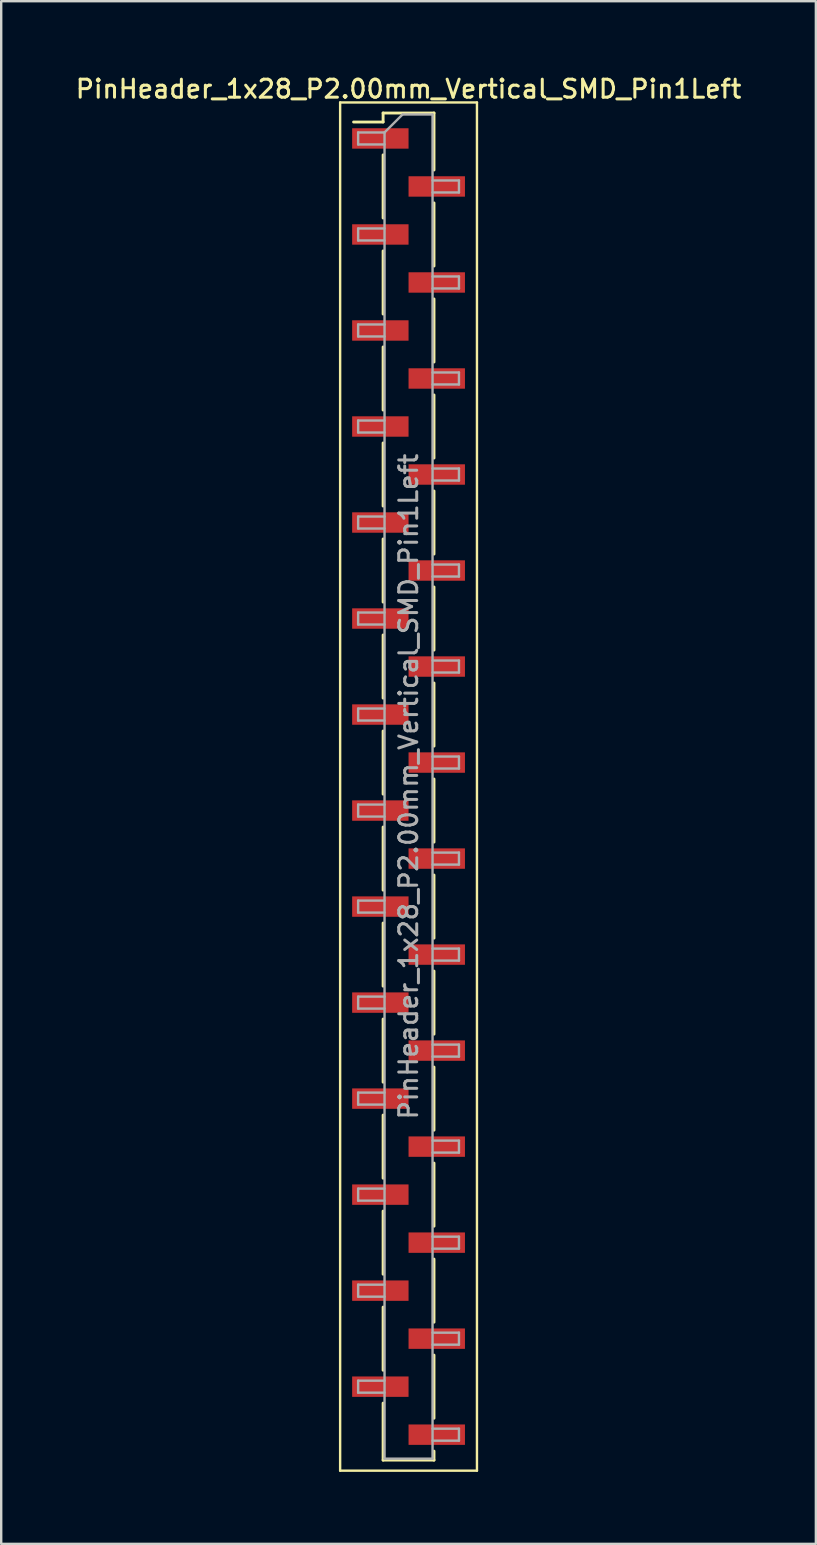
<source format=kicad_pcb>
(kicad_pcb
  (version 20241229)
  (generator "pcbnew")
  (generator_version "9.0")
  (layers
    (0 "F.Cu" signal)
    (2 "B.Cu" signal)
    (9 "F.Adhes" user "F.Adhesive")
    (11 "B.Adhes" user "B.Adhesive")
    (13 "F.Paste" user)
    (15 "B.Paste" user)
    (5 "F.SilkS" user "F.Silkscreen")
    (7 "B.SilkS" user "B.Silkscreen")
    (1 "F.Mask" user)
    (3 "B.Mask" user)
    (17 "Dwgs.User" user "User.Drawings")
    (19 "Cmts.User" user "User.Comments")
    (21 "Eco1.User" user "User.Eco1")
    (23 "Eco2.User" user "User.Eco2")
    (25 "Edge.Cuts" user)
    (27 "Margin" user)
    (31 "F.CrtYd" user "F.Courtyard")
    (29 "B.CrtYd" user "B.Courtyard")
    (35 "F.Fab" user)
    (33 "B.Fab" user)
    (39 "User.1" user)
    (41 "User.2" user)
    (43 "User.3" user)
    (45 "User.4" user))
  (footprint "PinHeader_1x28_P2.00mm_Vertical_SMD_Pin1Left"
    (layer "F.Cu")
    (at 13.97 29.718)
    (property "Reference" "PinHeader_1x28_P2.00mm_Vertical_SMD_Pin1Left" (at 0 -29.06 0) (layer "F.SilkS") (effects (font (size 0.75 0.75) (thickness 0.125))))
    (attr smd)
    (fp_line (start -2.85 -28.5) (end -2.85 28.5) (stroke (width 0.1) (type solid)) (layer "F.SilkS"))
    (fp_line (start -2.85 28.5) (end 2.85 28.5) (stroke (width 0.1) (type solid)) (layer "F.SilkS"))
    (fp_line (start -1.06 -28.06) (end -1.06 -27.685) (stroke (width 0.12) (type solid)) (layer "F.SilkS"))
    (fp_line (start -1.06 -28.06) (end 1.06 -28.06) (stroke (width 0.12) (type solid)) (layer "F.SilkS"))
    (fp_line (start -1.06 -27.685) (end -2.29 -27.685) (stroke (width 0.12) (type solid)) (layer "F.SilkS"))
    (fp_line (start -1.06 -26.315) (end -1.06 -23.685) (stroke (width 0.12) (type solid)) (layer "F.SilkS"))
    (fp_line (start -1.06 -22.315) (end -1.06 -19.685) (stroke (width 0.12) (type solid)) (layer "F.SilkS"))
    (fp_line (start -1.06 -18.315) (end -1.06 -15.685) (stroke (width 0.12) (type solid)) (layer "F.SilkS"))
    (fp_line (start -1.06 -14.315) (end -1.06 -11.685) (stroke (width 0.12) (type solid)) (layer "F.SilkS"))
    (fp_line (start -1.06 -10.315) (end -1.06 -7.685) (stroke (width 0.12) (type solid)) (layer "F.SilkS"))
    (fp_line (start -1.06 -6.315) (end -1.06 -3.685) (stroke (width 0.12) (type solid)) (layer "F.SilkS"))
    (fp_line (start -1.06 -2.315) (end -1.06 0.315) (stroke (width 0.12) (type solid)) (layer "F.SilkS"))
    (fp_line (start -1.06 1.685) (end -1.06 4.315) (stroke (width 0.12) (type solid)) (layer "F.SilkS"))
    (fp_line (start -1.06 5.685) (end -1.06 8.315) (stroke (width 0.12) (type solid)) (layer "F.SilkS"))
    (fp_line (start -1.06 9.685) (end -1.06 12.315) (stroke (width 0.12) (type solid)) (layer "F.SilkS"))
    (fp_line (start -1.06 13.685) (end -1.06 16.315) (stroke (width 0.12) (type solid)) (layer "F.SilkS"))
    (fp_line (start -1.06 17.685) (end -1.06 20.315) (stroke (width 0.12) (type solid)) (layer "F.SilkS"))
    (fp_line (start -1.06 21.685) (end -1.06 24.315) (stroke (width 0.12) (type solid)) (layer "F.SilkS"))
    (fp_line (start -1.06 25.685) (end -1.06 28.06) (stroke (width 0.12) (type solid)) (layer "F.SilkS"))
    (fp_line (start -1.06 28.06) (end 1.06 28.06) (stroke (width 0.12) (type solid)) (layer "F.SilkS"))
    (fp_line (start 1.06 -28.06) (end 1.06 -25.685) (stroke (width 0.12) (type solid)) (layer "F.SilkS"))
    (fp_line (start 1.06 -24.315) (end 1.06 -21.685) (stroke (width 0.12) (type solid)) (layer "F.SilkS"))
    (fp_line (start 1.06 -20.315) (end 1.06 -17.685) (stroke (width 0.12) (type solid)) (layer "F.SilkS"))
    (fp_line (start 1.06 -16.315) (end 1.06 -13.685) (stroke (width 0.12) (type solid)) (layer "F.SilkS"))
    (fp_line (start 1.06 -12.315) (end 1.06 -9.685) (stroke (width 0.12) (type solid)) (layer "F.SilkS"))
    (fp_line (start 1.06 -8.315) (end 1.06 -5.685) (stroke (width 0.12) (type solid)) (layer "F.SilkS"))
    (fp_line (start 1.06 -4.315) (end 1.06 -1.685) (stroke (width 0.12) (type solid)) (layer "F.SilkS"))
    (fp_line (start 1.06 -0.315) (end 1.06 2.315) (stroke (width 0.12) (type solid)) (layer "F.SilkS"))
    (fp_line (start 1.06 3.685) (end 1.06 6.315) (stroke (width 0.12) (type solid)) (layer "F.SilkS"))
    (fp_line (start 1.06 7.685) (end 1.06 10.315) (stroke (width 0.12) (type solid)) (layer "F.SilkS"))
    (fp_line (start 1.06 11.685) (end 1.06 14.315) (stroke (width 0.12) (type solid)) (layer "F.SilkS"))
    (fp_line (start 1.06 15.685) (end 1.06 18.315) (stroke (width 0.12) (type solid)) (layer "F.SilkS"))
    (fp_line (start 1.06 19.685) (end 1.06 22.315) (stroke (width 0.12) (type solid)) (layer "F.SilkS"))
    (fp_line (start 1.06 23.685) (end 1.06 26.315) (stroke (width 0.12) (type solid)) (layer "F.SilkS"))
    (fp_line (start 1.06 27.685) (end 1.06 28.06) (stroke (width 0.12) (type solid)) (layer "F.SilkS"))
    (fp_line (start 2.85 -28.5) (end -2.85 -28.5) (stroke (width 0.1) (type solid)) (layer "F.SilkS"))
    (fp_line (start 2.85 28.5) (end 2.85 -28.5) (stroke (width 0.1) (type solid)) (layer "F.SilkS"))
    (fp_line (start -2.1 -27.25) (end -2.1 -26.75) (stroke (width 0.1) (type solid)) (layer "F.Fab"))
    (fp_line (start -2.1 -26.75) (end -1 -26.75) (stroke (width 0.1) (type solid)) (layer "F.Fab"))
    (fp_line (start -2.1 -23.25) (end -2.1 -22.75) (stroke (width 0.1) (type solid)) (layer "F.Fab"))
    (fp_line (start -2.1 -22.75) (end -1 -22.75) (stroke (width 0.1) (type solid)) (layer "F.Fab"))
    (fp_line (start -2.1 -19.25) (end -2.1 -18.75) (stroke (width 0.1) (type solid)) (layer "F.Fab"))
    (fp_line (start -2.1 -18.75) (end -1 -18.75) (stroke (width 0.1) (type solid)) (layer "F.Fab"))
    (fp_line (start -2.1 -15.25) (end -2.1 -14.75) (stroke (width 0.1) (type solid)) (layer "F.Fab"))
    (fp_line (start -2.1 -14.75) (end -1 -14.75) (stroke (width 0.1) (type solid)) (layer "F.Fab"))
    (fp_line (start -2.1 -11.25) (end -2.1 -10.75) (stroke (width 0.1) (type solid)) (layer "F.Fab"))
    (fp_line (start -2.1 -10.75) (end -1 -10.75) (stroke (width 0.1) (type solid)) (layer "F.Fab"))
    (fp_line (start -2.1 -7.25) (end -2.1 -6.75) (stroke (width 0.1) (type solid)) (layer "F.Fab"))
    (fp_line (start -2.1 -6.75) (end -1 -6.75) (stroke (width 0.1) (type solid)) (layer "F.Fab"))
    (fp_line (start -2.1 -3.25) (end -2.1 -2.75) (stroke (width 0.1) (type solid)) (layer "F.Fab"))
    (fp_line (start -2.1 -2.75) (end -1 -2.75) (stroke (width 0.1) (type solid)) (layer "F.Fab"))
    (fp_line (start -2.1 0.75) (end -2.1 1.25) (stroke (width 0.1) (type solid)) (layer "F.Fab"))
    (fp_line (start -2.1 1.25) (end -1 1.25) (stroke (width 0.1) (type solid)) (layer "F.Fab"))
    (fp_line (start -2.1 4.75) (end -2.1 5.25) (stroke (width 0.1) (type solid)) (layer "F.Fab"))
    (fp_line (start -2.1 5.25) (end -1 5.25) (stroke (width 0.1) (type solid)) (layer "F.Fab"))
    (fp_line (start -2.1 8.75) (end -2.1 9.25) (stroke (width 0.1) (type solid)) (layer "F.Fab"))
    (fp_line (start -2.1 9.25) (end -1 9.25) (stroke (width 0.1) (type solid)) (layer "F.Fab"))
    (fp_line (start -2.1 12.75) (end -2.1 13.25) (stroke (width 0.1) (type solid)) (layer "F.Fab"))
    (fp_line (start -2.1 13.25) (end -1 13.25) (stroke (width 0.1) (type solid)) (layer "F.Fab"))
    (fp_line (start -2.1 16.75) (end -2.1 17.25) (stroke (width 0.1) (type solid)) (layer "F.Fab"))
    (fp_line (start -2.1 17.25) (end -1 17.25) (stroke (width 0.1) (type solid)) (layer "F.Fab"))
    (fp_line (start -2.1 20.75) (end -2.1 21.25) (stroke (width 0.1) (type solid)) (layer "F.Fab"))
    (fp_line (start -2.1 21.25) (end -1 21.25) (stroke (width 0.1) (type solid)) (layer "F.Fab"))
    (fp_line (start -2.1 24.75) (end -2.1 25.25) (stroke (width 0.1) (type solid)) (layer "F.Fab"))
    (fp_line (start -2.1 25.25) (end -1 25.25) (stroke (width 0.1) (type solid)) (layer "F.Fab"))
    (fp_line (start -1 -27.25) (end -2.1 -27.25) (stroke (width 0.1) (type solid)) (layer "F.Fab"))
    (fp_line (start -1 -27.25) (end -0.25 -28) (stroke (width 0.1) (type solid)) (layer "F.Fab"))
    (fp_line (start -1 -23.25) (end -2.1 -23.25) (stroke (width 0.1) (type solid)) (layer "F.Fab"))
    (fp_line (start -1 -19.25) (end -2.1 -19.25) (stroke (width 0.1) (type solid)) (layer "F.Fab"))
    (fp_line (start -1 -15.25) (end -2.1 -15.25) (stroke (width 0.1) (type solid)) (layer "F.Fab"))
    (fp_line (start -1 -11.25) (end -2.1 -11.25) (stroke (width 0.1) (type solid)) (layer "F.Fab"))
    (fp_line (start -1 -7.25) (end -2.1 -7.25) (stroke (width 0.1) (type solid)) (layer "F.Fab"))
    (fp_line (start -1 -3.25) (end -2.1 -3.25) (stroke (width 0.1) (type solid)) (layer "F.Fab"))
    (fp_line (start -1 0.75) (end -2.1 0.75) (stroke (width 0.1) (type solid)) (layer "F.Fab"))
    (fp_line (start -1 4.75) (end -2.1 4.75) (stroke (width 0.1) (type solid)) (layer "F.Fab"))
    (fp_line (start -1 8.75) (end -2.1 8.75) (stroke (width 0.1) (type solid)) (layer "F.Fab"))
    (fp_line (start -1 12.75) (end -2.1 12.75) (stroke (width 0.1) (type solid)) (layer "F.Fab"))
    (fp_line (start -1 16.75) (end -2.1 16.75) (stroke (width 0.1) (type solid)) (layer "F.Fab"))
    (fp_line (start -1 20.75) (end -2.1 20.75) (stroke (width 0.1) (type solid)) (layer "F.Fab"))
    (fp_line (start -1 24.75) (end -2.1 24.75) (stroke (width 0.1) (type solid)) (layer "F.Fab"))
    (fp_line (start -1 28) (end -1 -27.25) (stroke (width 0.1) (type solid)) (layer "F.Fab"))
    (fp_line (start -0.25 -28) (end 1 -28) (stroke (width 0.1) (type solid)) (layer "F.Fab"))
    (fp_line (start 1 -28) (end 1 28) (stroke (width 0.1) (type solid)) (layer "F.Fab"))
    (fp_line (start 1 -25.25) (end 2.1 -25.25) (stroke (width 0.1) (type solid)) (layer "F.Fab"))
    (fp_line (start 1 -21.25) (end 2.1 -21.25) (stroke (width 0.1) (type solid)) (layer "F.Fab"))
    (fp_line (start 1 -17.25) (end 2.1 -17.25) (stroke (width 0.1) (type solid)) (layer "F.Fab"))
    (fp_line (start 1 -13.25) (end 2.1 -13.25) (stroke (width 0.1) (type solid)) (layer "F.Fab"))
    (fp_line (start 1 -9.25) (end 2.1 -9.25) (stroke (width 0.1) (type solid)) (layer "F.Fab"))
    (fp_line (start 1 -5.25) (end 2.1 -5.25) (stroke (width 0.1) (type solid)) (layer "F.Fab"))
    (fp_line (start 1 -1.25) (end 2.1 -1.25) (stroke (width 0.1) (type solid)) (layer "F.Fab"))
    (fp_line (start 1 2.75) (end 2.1 2.75) (stroke (width 0.1) (type solid)) (layer "F.Fab"))
    (fp_line (start 1 6.75) (end 2.1 6.75) (stroke (width 0.1) (type solid)) (layer "F.Fab"))
    (fp_line (start 1 10.75) (end 2.1 10.75) (stroke (width 0.1) (type solid)) (layer "F.Fab"))
    (fp_line (start 1 14.75) (end 2.1 14.75) (stroke (width 0.1) (type solid)) (layer "F.Fab"))
    (fp_line (start 1 18.75) (end 2.1 18.75) (stroke (width 0.1) (type solid)) (layer "F.Fab"))
    (fp_line (start 1 22.75) (end 2.1 22.75) (stroke (width 0.1) (type solid)) (layer "F.Fab"))
    (fp_line (start 1 26.75) (end 2.1 26.75) (stroke (width 0.1) (type solid)) (layer "F.Fab"))
    (fp_line (start 1 28) (end -1 28) (stroke (width 0.1) (type solid)) (layer "F.Fab"))
    (fp_line (start 2.1 -25.25) (end 2.1 -24.75) (stroke (width 0.1) (type solid)) (layer "F.Fab"))
    (fp_line (start 2.1 -24.75) (end 1 -24.75) (stroke (width 0.1) (type solid)) (layer "F.Fab"))
    (fp_line (start 2.1 -21.25) (end 2.1 -20.75) (stroke (width 0.1) (type solid)) (layer "F.Fab"))
    (fp_line (start 2.1 -20.75) (end 1 -20.75) (stroke (width 0.1) (type solid)) (layer "F.Fab"))
    (fp_line (start 2.1 -17.25) (end 2.1 -16.75) (stroke (width 0.1) (type solid)) (layer "F.Fab"))
    (fp_line (start 2.1 -16.75) (end 1 -16.75) (stroke (width 0.1) (type solid)) (layer "F.Fab"))
    (fp_line (start 2.1 -13.25) (end 2.1 -12.75) (stroke (width 0.1) (type solid)) (layer "F.Fab"))
    (fp_line (start 2.1 -12.75) (end 1 -12.75) (stroke (width 0.1) (type solid)) (layer "F.Fab"))
    (fp_line (start 2.1 -9.25) (end 2.1 -8.75) (stroke (width 0.1) (type solid)) (layer "F.Fab"))
    (fp_line (start 2.1 -8.75) (end 1 -8.75) (stroke (width 0.1) (type solid)) (layer "F.Fab"))
    (fp_line (start 2.1 -5.25) (end 2.1 -4.75) (stroke (width 0.1) (type solid)) (layer "F.Fab"))
    (fp_line (start 2.1 -4.75) (end 1 -4.75) (stroke (width 0.1) (type solid)) (layer "F.Fab"))
    (fp_line (start 2.1 -1.25) (end 2.1 -0.75) (stroke (width 0.1) (type solid)) (layer "F.Fab"))
    (fp_line (start 2.1 -0.75) (end 1 -0.75) (stroke (width 0.1) (type solid)) (layer "F.Fab"))
    (fp_line (start 2.1 2.75) (end 2.1 3.25) (stroke (width 0.1) (type solid)) (layer "F.Fab"))
    (fp_line (start 2.1 3.25) (end 1 3.25) (stroke (width 0.1) (type solid)) (layer "F.Fab"))
    (fp_line (start 2.1 6.75) (end 2.1 7.25) (stroke (width 0.1) (type solid)) (layer "F.Fab"))
    (fp_line (start 2.1 7.25) (end 1 7.25) (stroke (width 0.1) (type solid)) (layer "F.Fab"))
    (fp_line (start 2.1 10.75) (end 2.1 11.25) (stroke (width 0.1) (type solid)) (layer "F.Fab"))
    (fp_line (start 2.1 11.25) (end 1 11.25) (stroke (width 0.1) (type solid)) (layer "F.Fab"))
    (fp_line (start 2.1 14.75) (end 2.1 15.25) (stroke (width 0.1) (type solid)) (layer "F.Fab"))
    (fp_line (start 2.1 15.25) (end 1 15.25) (stroke (width 0.1) (type solid)) (layer "F.Fab"))
    (fp_line (start 2.1 18.75) (end 2.1 19.25) (stroke (width 0.1) (type solid)) (layer "F.Fab"))
    (fp_line (start 2.1 19.25) (end 1 19.25) (stroke (width 0.1) (type solid)) (layer "F.Fab"))
    (fp_line (start 2.1 22.75) (end 2.1 23.25) (stroke (width 0.1) (type solid)) (layer "F.Fab"))
    (fp_line (start 2.1 23.25) (end 1 23.25) (stroke (width 0.1) (type solid)) (layer "F.Fab"))
    (fp_line (start 2.1 26.75) (end 2.1 27.25) (stroke (width 0.1) (type solid)) (layer "F.Fab"))
    (fp_line (start 2.1 27.25) (end 1 27.25) (stroke (width 0.1) (type solid)) (layer "F.Fab"))
    (fp_text user "${REFERENCE}" (at 0 0 90) (layer "F.Fab") (effects (font (size 0.75 0.75) (thickness 0.125))))
    (pad "1" smd rect (at -1.175 -27) (size 2.35 0.85) (layers "F.Cu" "F.Mask" "F.Paste"))
    (pad "2" smd rect (at 1.175 -25) (size 2.35 0.85) (layers "F.Cu" "F.Mask" "F.Paste"))
    (pad "3" smd rect (at -1.175 -23) (size 2.35 0.85) (layers "F.Cu" "F.Mask" "F.Paste"))
    (pad "4" smd rect (at 1.175 -21) (size 2.35 0.85) (layers "F.Cu" "F.Mask" "F.Paste"))
    (pad "5" smd rect (at -1.175 -19) (size 2.35 0.85) (layers "F.Cu" "F.Mask" "F.Paste"))
    (pad "6" smd rect (at 1.175 -17) (size 2.35 0.85) (layers "F.Cu" "F.Mask" "F.Paste"))
    (pad "7" smd rect (at -1.175 -15) (size 2.35 0.85) (layers "F.Cu" "F.Mask" "F.Paste"))
    (pad "8" smd rect (at 1.175 -13) (size 2.35 0.85) (layers "F.Cu" "F.Mask" "F.Paste"))
    (pad "9" smd rect (at -1.175 -11) (size 2.35 0.85) (layers "F.Cu" "F.Mask" "F.Paste"))
    (pad "10" smd rect (at 1.175 -9) (size 2.35 0.85) (layers "F.Cu" "F.Mask" "F.Paste"))
    (pad "11" smd rect (at -1.175 -7) (size 2.35 0.85) (layers "F.Cu" "F.Mask" "F.Paste"))
    (pad "12" smd rect (at 1.175 -5) (size 2.35 0.85) (layers "F.Cu" "F.Mask" "F.Paste"))
    (pad "13" smd rect (at -1.175 -3) (size 2.35 0.85) (layers "F.Cu" "F.Mask" "F.Paste"))
    (pad "14" smd rect (at 1.175 -1) (size 2.35 0.85) (layers "F.Cu" "F.Mask" "F.Paste"))
    (pad "15" smd rect (at -1.175 1) (size 2.35 0.85) (layers "F.Cu" "F.Mask" "F.Paste"))
    (pad "16" smd rect (at 1.175 3) (size 2.35 0.85) (layers "F.Cu" "F.Mask" "F.Paste"))
    (pad "17" smd rect (at -1.175 5) (size 2.35 0.85) (layers "F.Cu" "F.Mask" "F.Paste"))
    (pad "18" smd rect (at 1.175 7) (size 2.35 0.85) (layers "F.Cu" "F.Mask" "F.Paste"))
    (pad "19" smd rect (at -1.175 9) (size 2.35 0.85) (layers "F.Cu" "F.Mask" "F.Paste"))
    (pad "20" smd rect (at 1.175 11) (size 2.35 0.85) (layers "F.Cu" "F.Mask" "F.Paste"))
    (pad "21" smd rect (at -1.175 13) (size 2.35 0.85) (layers "F.Cu" "F.Mask" "F.Paste"))
    (pad "22" smd rect (at 1.175 15) (size 2.35 0.85) (layers "F.Cu" "F.Mask" "F.Paste"))
    (pad "23" smd rect (at -1.175 17) (size 2.35 0.85) (layers "F.Cu" "F.Mask" "F.Paste"))
    (pad "24" smd rect (at 1.175 19) (size 2.35 0.85) (layers "F.Cu" "F.Mask" "F.Paste"))
    (pad "25" smd rect (at -1.175 21) (size 2.35 0.85) (layers "F.Cu" "F.Mask" "F.Paste"))
    (pad "26" smd rect (at 1.175 23) (size 2.35 0.85) (layers "F.Cu" "F.Mask" "F.Paste"))
    (pad "27" smd rect (at -1.175 25) (size 2.35 0.85) (layers "F.Cu" "F.Mask" "F.Paste"))
    (pad "28" smd rect (at 1.175 27) (size 2.35 0.85) (layers "F.Cu" "F.Mask" "F.Paste")))
  (gr_rect
    (start -3 -3)
    (end 30.939 61.268)
    (stroke (width 0.1) (type default))
    (fill no)
    (layer "Edge.Cuts")))
</source>
